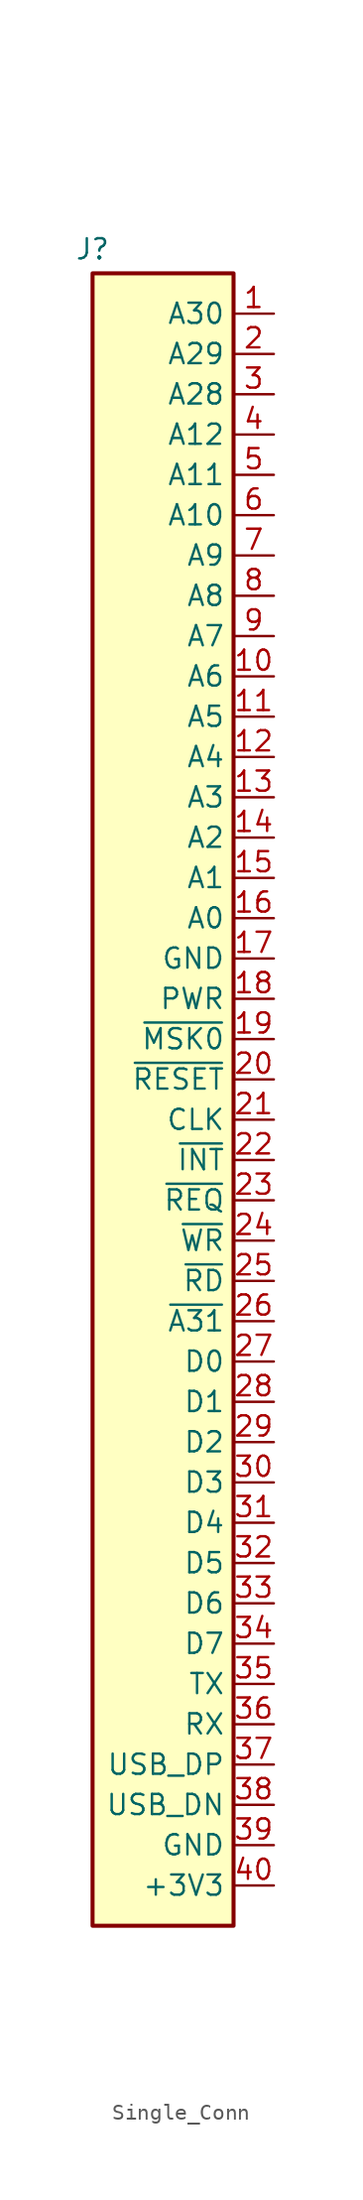
<source format=kicad_sym>
(kicad_symbol_lib
  (version 20241209)
  (generator "kicad_symbol_editor")
  (generator_version "9.0")
  (symbol "Single_Conn"
    (property "Reference" "J"
      (at 0 101.854 0)
      (effects (font (size 1.27 1.27))))
    (property "Value" ""
      (at 0 0 0)
      (effects (font (size 1.27 1.27))))
    (symbol "Single_Conn_0_0"
      (pin input line (at 11.43 97.79 180) (length 2.54) (name "A30" (effects (font (size 1.27 1.27)))) (number "1" (effects (font (size 1.27 1.27)))))
      (pin input line (at 11.43 95.25 180) (length 2.54) (name "A29" (effects (font (size 1.27 1.27)))) (number "2" (effects (font (size 1.27 1.27)))))
      (pin input line (at 11.43 92.71 180) (length 2.54) (name "A28" (effects (font (size 1.27 1.27)))) (number "3" (effects (font (size 1.27 1.27)))))
      (pin input line (at 11.43 90.17 180) (length 2.54) (name "A12" (effects (font (size 1.27 1.27)))) (number "4" (effects (font (size 1.27 1.27)))))
      (pin input line (at 11.43 87.63 180) (length 2.54) (name "A11" (effects (font (size 1.27 1.27)))) (number "5" (effects (font (size 1.27 1.27)))))
      (pin input line (at 11.43 85.09 180) (length 2.54) (name "A10" (effects (font (size 1.27 1.27)))) (number "6" (effects (font (size 1.27 1.27)))))
      (pin input line (at 11.43 82.55 180) (length 2.54) (name "A9" (effects (font (size 1.27 1.27)))) (number "7" (effects (font (size 1.27 1.27)))))
      (pin input line (at 11.43 80.01 180) (length 2.54) (name "A8" (effects (font (size 1.27 1.27)))) (number "8" (effects (font (size 1.27 1.27)))))
      (pin input line (at 11.43 77.47 180) (length 2.54) (name "A7" (effects (font (size 1.27 1.27)))) (number "9" (effects (font (size 1.27 1.27)))))
      (pin input line (at 11.43 74.93 180) (length 2.54) (name "A6" (effects (font (size 1.27 1.27)))) (number "10" (effects (font (size 1.27 1.27)))))
      (pin input line (at 11.43 72.39 180) (length 2.54) (name "A5" (effects (font (size 1.27 1.27)))) (number "11" (effects (font (size 1.27 1.27)))))
      (pin input line (at 11.43 69.85 180) (length 2.54) (name "A4" (effects (font (size 1.27 1.27)))) (number "12" (effects (font (size 1.27 1.27)))))
      (pin input line (at 11.43 67.31 180) (length 2.54) (name "A3" (effects (font (size 1.27 1.27)))) (number "13" (effects (font (size 1.27 1.27)))))
      (pin input line (at 11.43 64.77 180) (length 2.54) (name "A2" (effects (font (size 1.27 1.27)))) (number "14" (effects (font (size 1.27 1.27)))))
      (pin input line (at 11.43 62.23 180) (length 2.54) (name "A1" (effects (font (size 1.27 1.27)))) (number "15" (effects (font (size 1.27 1.27)))))
      (pin input line (at 11.43 59.69 180) (length 2.54) (name "A0" (effects (font (size 1.27 1.27)))) (number "16" (effects (font (size 1.27 1.27)))))
      (pin power_out line (at 11.43 57.15 180) (length 2.54) (name "GND" (effects (font (size 1.27 1.27)))) (number "17" (effects (font (size 1.27 1.27)))))
      (pin power_out line (at 11.43 54.61 180) (length 2.54) (name "PWR" (effects (font (size 1.27 1.27)))) (number "18" (effects (font (size 1.27 1.27)))))
      (pin input line (at 11.43 52.07 180) (length 2.54) (name "~{MSK0}" (effects (font (size 1.27 1.27)))) (number "19" (effects (font (size 1.27 1.27)))))
      (pin output line (at 11.43 49.53 180) (length 2.54) (name "~{RESET}" (effects (font (size 1.27 1.27)))) (number "20" (effects (font (size 1.27 1.27)))))
      (pin output line (at 11.43 46.99 180) (length 2.54) (name "CLK" (effects (font (size 1.27 1.27)))) (number "21" (effects (font (size 1.27 1.27)))))
      (pin output line (at 11.43 44.45 180) (length 2.54) (name "~{INT}" (effects (font (size 1.27 1.27)))) (number "22" (effects (font (size 1.27 1.27)))))
      (pin input line (at 11.43 41.91 180) (length 2.54) (name "~{REQ}" (effects (font (size 1.27 1.27)))) (number "23" (effects (font (size 1.27 1.27)))))
      (pin input line (at 11.43 39.37 180) (length 2.54) (name "~{WR}" (effects (font (size 1.27 1.27)))) (number "24" (effects (font (size 1.27 1.27)))))
      (pin input line (at 11.43 36.83 180) (length 2.54) (name "~{RD}" (effects (font (size 1.27 1.27)))) (number "25" (effects (font (size 1.27 1.27)))))
      (pin input line (at 11.43 34.29 180) (length 2.54) (name "~{A31}" (effects (font (size 1.27 1.27)))) (number "26" (effects (font (size 1.27 1.27)))))
      (pin bidirectional line (at 11.43 31.75 180) (length 2.54) (name "D0" (effects (font (size 1.27 1.27)))) (number "27" (effects (font (size 1.27 1.27)))))
      (pin bidirectional line (at 11.43 29.21 180) (length 2.54) (name "D1" (effects (font (size 1.27 1.27)))) (number "28" (effects (font (size 1.27 1.27)))))
      (pin bidirectional line (at 11.43 26.67 180) (length 2.54) (name "D2" (effects (font (size 1.27 1.27)))) (number "29" (effects (font (size 1.27 1.27)))))
      (pin bidirectional line (at 11.43 24.13 180) (length 2.54) (name "D3" (effects (font (size 1.27 1.27)))) (number "30" (effects (font (size 1.27 1.27)))))
      (pin bidirectional line (at 11.43 21.59 180) (length 2.54) (name "D4" (effects (font (size 1.27 1.27)))) (number "31" (effects (font (size 1.27 1.27)))))
      (pin bidirectional line (at 11.43 19.05 180) (length 2.54) (name "D5" (effects (font (size 1.27 1.27)))) (number "32" (effects (font (size 1.27 1.27)))))
      (pin bidirectional line (at 11.43 16.51 180) (length 2.54) (name "D6" (effects (font (size 1.27 1.27)))) (number "33" (effects (font (size 1.27 1.27)))))
      (pin bidirectional line (at 11.43 13.97 180) (length 2.54) (name "D7" (effects (font (size 1.27 1.27)))) (number "34" (effects (font (size 1.27 1.27)))))
      (pin input line (at 11.43 11.43 180) (length 2.54) (name "TX" (effects (font (size 1.27 1.27)))) (number "35" (effects (font (size 1.27 1.27)))))
      (pin output line (at 11.43 8.89 180) (length 2.54) (name "RX" (effects (font (size 1.27 1.27)))) (number "36" (effects (font (size 1.27 1.27)))))
      (pin bidirectional line (at 11.43 6.35 180) (length 2.54) (name "USB_DP" (effects (font (size 1.27 1.27)))) (number "37" (effects (font (size 1.27 1.27)))))
      (pin bidirectional line (at 11.43 3.81 180) (length 2.54) (name "USB_DN" (effects (font (size 1.27 1.27)))) (number "38" (effects (font (size 1.27 1.27)))))
      (pin power_out line (at 11.43 1.27 180) (length 2.54) (name "GND" (effects (font (size 1.27 1.27)))) (number "39" (effects (font (size 1.27 1.27)))))
      (pin power_out line (at 11.43 -1.27 180) (length 2.54) (name "+3V3" (effects (font (size 1.27 1.27)))) (number "40" (effects (font (size 1.27 1.27))))))
    (symbol "Single_Conn_1_1"
      (rectangle (start 0 100.33) (end 8.89 -3.81) (stroke (width 0.254) (type solid)) (fill (type background))))))
</source>
